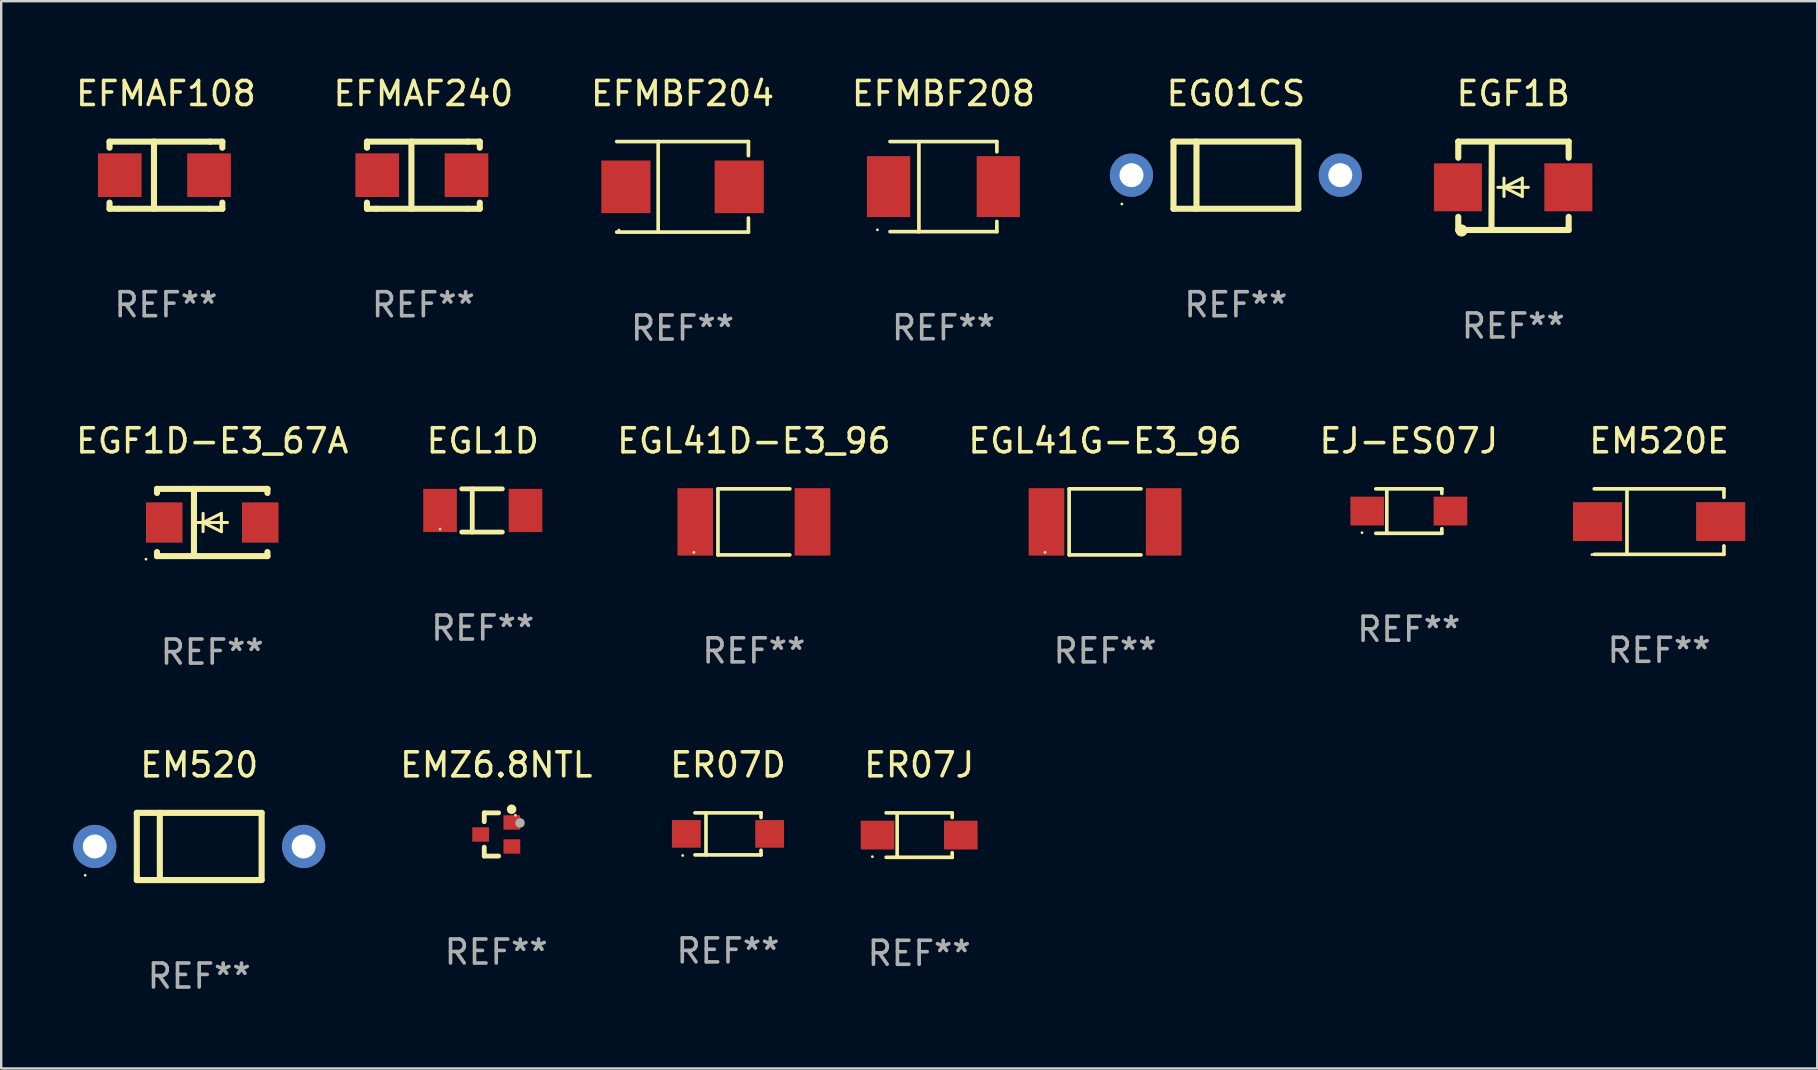
<source format=kicad_pcb>
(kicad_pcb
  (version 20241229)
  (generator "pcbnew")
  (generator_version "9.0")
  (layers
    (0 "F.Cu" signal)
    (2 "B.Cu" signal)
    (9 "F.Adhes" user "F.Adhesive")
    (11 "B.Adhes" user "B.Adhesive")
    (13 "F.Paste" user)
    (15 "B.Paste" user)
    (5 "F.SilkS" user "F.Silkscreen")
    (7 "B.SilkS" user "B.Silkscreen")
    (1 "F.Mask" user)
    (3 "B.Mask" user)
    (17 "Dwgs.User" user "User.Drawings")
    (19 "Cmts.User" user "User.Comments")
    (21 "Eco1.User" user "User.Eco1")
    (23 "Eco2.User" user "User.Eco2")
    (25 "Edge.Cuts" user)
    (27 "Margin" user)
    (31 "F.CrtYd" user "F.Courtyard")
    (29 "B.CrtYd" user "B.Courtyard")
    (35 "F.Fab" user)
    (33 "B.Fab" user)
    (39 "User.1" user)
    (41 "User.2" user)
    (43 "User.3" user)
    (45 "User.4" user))
  (footprint "EGL41G-E3_96"
    (layer "F.Cu")
    (at 42.99 18.693)
    (property "Reference" "EGL41G-E3_96" (at 0 -3.376 0) (layer "F.SilkS") (effects (font (size 1 1) (thickness 0.15))))
    (attr through_hole)
    (fp_line (start -1.497 -1.376) (end -1.497 1.376) (stroke (width 0.152) (type solid)) (layer "F.SilkS"))
    (fp_line (start -1.497 -1.376) (end 1.497 -1.376) (stroke (width 0.152) (type solid)) (layer "F.SilkS"))
    (fp_line (start -1.497 1.376) (end 1.497 1.376) (stroke (width 0.152) (type solid)) (layer "F.SilkS"))
    (fp_circle (center -2.5 1.27) (end -2.47 1.27) (stroke (width 0.06) (type solid)) (fill no) (layer "F.SilkS"))
    (fp_text user "REF**" (at 0 5.376 0) (layer "F.Fab") (effects (font (size 1 1) (thickness 0.15))))
    (pad "1" smd rect (at -2.442 0 180) (size 1.485 2.808) (layers "F.Cu" "F.Mask" "F.Paste"))
    (pad "2" smd rect (at 2.442 0 180) (size 1.485 2.808) (layers "F.Cu" "F.Mask" "F.Paste")))
  (footprint "EFMBF208"
    (layer "F.Cu")
    (at 36.256 4.728)
    (property "Reference" "EFMBF208" (at 0 -3.88 0) (layer "F.SilkS") (effects (font (size 1 1) (thickness 0.15))))
    (attr through_hole)
    (fp_line (start -2.226 -1.88) (end 2.226 -1.88) (stroke (width 0.152) (type solid)) (layer "F.SilkS"))
    (fp_line (start -2.226 1.873) (end 2.226 1.873) (stroke (width 0.152) (type solid)) (layer "F.SilkS"))
    (fp_line (start -1.022 -1.873) (end -1.022 1.88) (stroke (width 0.152) (type solid)) (layer "F.SilkS"))
    (fp_line (start 2.226 -1.88) (end 2.226 -1.453) (stroke (width 0.152) (type solid)) (layer "F.SilkS"))
    (fp_line (start 2.226 1.447) (end 2.226 1.873) (stroke (width 0.152) (type solid)) (layer "F.SilkS"))
    (fp_circle (center -2.75 1.797) (end -2.72 1.797) (stroke (width 0.06) (type solid)) (fill no) (layer "F.SilkS"))
    (fp_text user "REF**" (at 0 5.88 0) (layer "F.Fab") (effects (font (size 1 1) (thickness 0.15))))
    (pad "1" smd rect (at -2.285 -0.003) (size 1.8 2.54) (layers "F.Cu" "F.Mask" "F.Paste"))
    (pad "2" smd rect (at 2.285 -0.003) (size 1.8 2.54) (layers "F.Cu" "F.Mask" "F.Paste")))
  (footprint "EGF1D-E3_67A"
    (layer "F.Cu")
    (at 5.792 18.718)
    (property "Reference" "EGF1D-E3_67A" (at 0 -3.401 0) (layer "F.SilkS") (effects (font (size 1 1) (thickness 0.15))))
    (attr through_hole)
    (fp_line (start -2.3 -1.399) (end -2.3 -1.23) (stroke (width 0.254) (type solid)) (layer "F.SilkS"))
    (fp_line (start -2.3 -1.399) (end 2.3 -1.399) (stroke (width 0.254) (type solid)) (layer "F.SilkS"))
    (fp_line (start -2.3 1.232) (end -2.3 1.401) (stroke (width 0.254) (type solid)) (layer "F.SilkS"))
    (fp_line (start -2.3 1.401) (end 2.3 1.401) (stroke (width 0.254) (type solid)) (layer "F.SilkS"))
    (fp_line (start -0.761 1.398) (end -0.761 -1.401) (stroke (width 0.254) (type solid)) (layer "F.SilkS"))
    (fp_line (start -0.381 0.001) (end -0.381 -0.38) (stroke (width 0.127) (type solid)) (layer "F.SilkS"))
    (fp_line (start -0.381 0.001) (end -0.381 0.382) (stroke (width 0.127) (type solid)) (layer "F.SilkS"))
    (fp_line (start 0.381 -0.38) (end -0.381 0.001) (stroke (width 0.127) (type solid)) (layer "F.SilkS"))
    (fp_line (start 0.381 0.001) (end 0.381 -0.38) (stroke (width 0.127) (type solid)) (layer "F.SilkS"))
    (fp_line (start 0.381 0.001) (end 0.381 0.382) (stroke (width 0.127) (type solid)) (layer "F.SilkS"))
    (fp_line (start 0.381 0.382) (end -0.381 0.001) (stroke (width 0.127) (type solid)) (layer "F.SilkS"))
    (fp_line (start 0.635 0.001) (end -0.635 0.001) (stroke (width 0.127) (type solid)) (layer "F.SilkS"))
    (fp_line (start 2.3 -1.399) (end 2.3 -1.23) (stroke (width 0.254) (type solid)) (layer "F.SilkS"))
    (fp_line (start 2.3 1.232) (end 2.3 1.401) (stroke (width 0.254) (type solid)) (layer "F.SilkS"))
    (fp_circle (center -2.76 1.528) (end -2.73 1.528) (stroke (width 0.06) (type solid)) (fill no) (layer "F.SilkS"))
    (fp_text user "REF**" (at 0 5.401 0) (layer "F.Fab") (effects (font (size 1 1) (thickness 0.15))))
    (pad "1" smd rect (at -2 0.001 180) (size 1.52 1.68) (layers "F.Cu" "F.Mask" "F.Paste"))
    (pad "2" smd rect (at 2 0.001 180) (size 1.52 1.68) (layers "F.Cu" "F.Mask" "F.Paste")))
  (footprint "ER07D"
    (layer "F.Cu")
    (at 27.28 31.692)
    (property "Reference" "ER07D" (at 0 -2.876 0) (layer "F.SilkS") (effects (font (size 1 1) (thickness 0.15))))
    (attr through_hole)
    (fp_line (start -1.376 -0.876) (end 1.376 -0.876) (stroke (width 0.152) (type solid)) (layer "F.SilkS"))
    (fp_line (start -1.376 0.876) (end 1.376 0.876) (stroke (width 0.152) (type solid)) (layer "F.SilkS"))
    (fp_line (start -0.917 -0.876) (end -0.917 0.876) (stroke (width 0.152) (type solid)) (layer "F.SilkS"))
    (fp_line (start 1.376 -0.876) (end 1.376 -0.683) (stroke (width 0.152) (type solid)) (layer "F.SilkS"))
    (fp_line (start 1.376 0.876) (end 1.376 0.683) (stroke (width 0.152) (type solid)) (layer "F.SilkS"))
    (fp_circle (center -1.887 0.9) (end -1.857 0.9) (stroke (width 0.06) (type solid)) (fill no) (layer "F.SilkS"))
    (fp_text user "REF**" (at 0 4.876 0) (layer "F.Fab") (effects (font (size 1 1) (thickness 0.15))))
    (pad "1" smd rect (at -1.735 0) (size 1.2 1.15) (layers "F.Cu" "F.Mask" "F.Paste"))
    (pad "2" smd rect (at 1.735 0) (size 1.2 1.15) (layers "F.Cu" "F.Mask" "F.Paste")))
  (footprint "EGL1D"
    (layer "F.Cu")
    (at 17.063 18.217)
    (property "Reference" "EGL1D" (at 0 -2.9 0) (layer "F.SilkS") (effects (font (size 1 1) (thickness 0.15))))
    (attr through_hole)
    (fp_line (start -0.876 -0.9) (end 0.816 -0.9) (stroke (width 0.2) (type solid)) (layer "F.SilkS"))
    (fp_line (start -0.876 0.9) (end 0.816 0.9) (stroke (width 0.2) (type solid)) (layer "F.SilkS"))
    (fp_line (start -0.437 -0.9) (end -0.437 0.9) (stroke (width 0.2) (type solid)) (layer "F.SilkS"))
    (fp_circle (center -1.78 0.775) (end -1.75 0.775) (stroke (width 0.06) (type solid)) (fill no) (layer "F.SilkS"))
    (fp_text user "REF**" (at 0 4.9 0) (layer "F.Fab") (effects (font (size 1 1) (thickness 0.15))))
    (pad "1" smd rect (at -1.78 0.000127 180) (size 1.4 1.8) (layers "F.Cu" "F.Mask" "F.Paste"))
    (pad "2" smd rect (at 1.78 0.000127 180) (size 1.4 1.8) (layers "F.Cu" "F.Mask" "F.Paste")))
  (footprint "EGL41D-E3_96"
    (layer "F.Cu")
    (at 28.359 18.693)
    (property "Reference" "EGL41D-E3_96" (at 0 -3.376 0) (layer "F.SilkS") (effects (font (size 1 1) (thickness 0.15))))
    (attr through_hole)
    (fp_line (start -1.497 -1.376) (end -1.497 1.376) (stroke (width 0.152) (type solid)) (layer "F.SilkS"))
    (fp_line (start -1.497 -1.376) (end 1.497 -1.376) (stroke (width 0.152) (type solid)) (layer "F.SilkS"))
    (fp_line (start -1.497 1.376) (end 1.497 1.376) (stroke (width 0.152) (type solid)) (layer "F.SilkS"))
    (fp_circle (center -2.5 1.27) (end -2.47 1.27) (stroke (width 0.06) (type solid)) (fill no) (layer "F.SilkS"))
    (fp_text user "REF**" (at 0 5.376 0) (layer "F.Fab") (effects (font (size 1 1) (thickness 0.15))))
    (pad "1" smd rect (at -2.442 0 180) (size 1.485 2.808) (layers "F.Cu" "F.Mask" "F.Paste"))
    (pad "2" smd rect (at 2.442 0 180) (size 1.485 2.808) (layers "F.Cu" "F.Mask" "F.Paste")))
  (footprint "EM520"
    (layer "F.Cu")
    (at 5.25 32.216)
    (property "Reference" "EM520" (at 0 -3.4 0) (layer "F.SilkS") (effects (font (size 1 1) (thickness 0.15))))
    (attr through_hole)
    (fp_line (start -2.6 -1.4) (end -2.6 1.4) (stroke (width 0.254) (type solid)) (layer "F.SilkS"))
    (fp_line (start -2.6 -1.4) (end 2.6 -1.4) (stroke (width 0.254) (type solid)) (layer "F.SilkS"))
    (fp_line (start -2.6 1.4) (end 2.6 1.4) (stroke (width 0.254) (type solid)) (layer "F.SilkS"))
    (fp_line (start -1.641 -1.4) (end -1.641 1.4) (stroke (width 0.254) (type solid)) (layer "F.SilkS"))
    (fp_line (start 2.6 -1.4) (end 2.6 1.4) (stroke (width 0.254) (type solid)) (layer "F.SilkS"))
    (fp_circle (center -4.75 1.2) (end -4.72 1.2) (stroke (width 0.06) (type solid)) (fill no) (layer "F.SilkS"))
    (fp_text user "REF**" (at 0 5.4 0) (layer "F.Fab") (effects (font (size 1 1) (thickness 0.15))))
    (pad "1" thru_hole circle (at -4.35 0) (size 1.8 1.8) (drill 1) (layers "*.Cu" "*.Mask"))
    (pad "2" thru_hole circle (at 4.35 0) (size 1.8 1.8) (drill 1) (layers "*.Cu" "*.Mask")))
  (footprint "EG01CS"
    (layer "F.Cu")
    (at 48.44 4.248)
    (property "Reference" "EG01CS" (at 0 -3.4 0) (layer "F.SilkS") (effects (font (size 1 1) (thickness 0.15))))
    (attr through_hole)
    (fp_line (start -2.6 -1.4) (end -2.6 1.4) (stroke (width 0.254) (type solid)) (layer "F.SilkS"))
    (fp_line (start -2.6 -1.4) (end 2.6 -1.4) (stroke (width 0.254) (type solid)) (layer "F.SilkS"))
    (fp_line (start -2.6 1.4) (end 2.6 1.4) (stroke (width 0.254) (type solid)) (layer "F.SilkS"))
    (fp_line (start -1.641 -1.4) (end -1.641 1.4) (stroke (width 0.254) (type solid)) (layer "F.SilkS"))
    (fp_line (start 2.6 -1.4) (end 2.6 1.4) (stroke (width 0.254) (type solid)) (layer "F.SilkS"))
    (fp_circle (center -4.75 1.2) (end -4.72 1.2) (stroke (width 0.06) (type solid)) (fill no) (layer "F.SilkS"))
    (fp_text user "REF**" (at 0 5.4 0) (layer "F.Fab") (effects (font (size 1 1) (thickness 0.15))))
    (pad "1" thru_hole circle (at -4.35 0) (size 1.8 1.8) (drill 1) (layers "*.Cu" "*.Mask"))
    (pad "2" thru_hole circle (at 4.35 0) (size 1.8 1.8) (drill 1) (layers "*.Cu" "*.Mask")))
  (footprint "EFMAF240"
    (layer "F.Cu")
    (at 14.589 4.248)
    (property "Reference" "EFMAF240" (at 0 -3.4 0) (layer "F.SilkS") (effects (font (size 1 1) (thickness 0.15))))
    (attr through_hole)
    (fp_line (start -2.35 -1.397) (end -2.35 -1.143) (stroke (width 0.254) (type solid)) (layer "F.SilkS"))
    (fp_line (start -2.35 1.4) (end -2.35 1.143) (stroke (width 0.254) (type solid)) (layer "F.SilkS"))
    (fp_line (start -1.964 1.4) (end -2.35 1.4) (stroke (width 0.254) (type solid)) (layer "F.SilkS"))
    (fp_line (start -1.964 1.4) (end 1.837 1.4) (stroke (width 0.254) (type solid)) (layer "F.SilkS"))
    (fp_line (start -0.498 -1.4) (end -0.498 1.4) (stroke (width 0.254) (type solid)) (layer "F.SilkS"))
    (fp_line (start 1.837 1.4) (end 2.35 1.4) (stroke (width 0.254) (type solid)) (layer "F.SilkS"))
    (fp_line (start 1.842 -1.397) (end -2.35 -1.397) (stroke (width 0.254) (type solid)) (layer "F.SilkS"))
    (fp_line (start 1.842 -1.397) (end 2.35 -1.397) (stroke (width 0.254) (type solid)) (layer "F.SilkS"))
    (fp_line (start 2.35 -1.397) (end 2.35 -1.143) (stroke (width 0.254) (type solid)) (layer "F.SilkS"))
    (fp_line (start 2.35 1.4) (end 2.35 1.143) (stroke (width 0.254) (type solid)) (layer "F.SilkS"))
    (fp_circle (center -2.355 1.25) (end -2.325 1.25) (stroke (width 0.06) (type solid)) (fill no) (layer "F.SilkS"))
    (fp_text user "REF**" (at 0 5.4 0) (layer "F.Fab") (effects (font (size 1 1) (thickness 0.15))))
    (pad "1" smd rect (at -1.923 -0.000076) (size 1.82 1.82) (layers "F.Cu" "F.Mask" "F.Paste"))
    (pad "2" smd rect (at 1.796 -0.000076) (size 1.82 1.82) (layers "F.Cu" "F.Mask" "F.Paste")))
  (footprint "EGF1B"
    (layer "F.Cu")
    (at 59.998 4.69)
    (property "Reference" "EGF1B" (at 0 -3.842 0) (layer "F.SilkS") (effects (font (size 1 1) (thickness 0.15))))
    (attr through_hole)
    (fp_line (start -2.293 -1.842) (end -2.293 -1.168) (stroke (width 0.254) (type solid)) (layer "F.SilkS"))
    (fp_line (start -2.293 -1.842) (end 2.307 -1.842) (stroke (width 0.254) (type solid)) (layer "F.SilkS"))
    (fp_line (start -2.293 1.295) (end -2.293 1.842) (stroke (width 0.254) (type solid)) (layer "F.SilkS"))
    (fp_line (start -2.293 1.842) (end 2.307 1.842) (stroke (width 0.254) (type solid)) (layer "F.SilkS"))
    (fp_line (start -0.896 -1.736) (end -0.91 1.842) (stroke (width 0.254) (type solid)) (layer "F.SilkS"))
    (fp_line (start -0.388 0.064) (end -0.388 -0.318) (stroke (width 0.127) (type solid)) (layer "F.SilkS"))
    (fp_line (start -0.388 0.064) (end -0.388 0.445) (stroke (width 0.127) (type solid)) (layer "F.SilkS"))
    (fp_line (start 0.374 -0.318) (end -0.388 0.064) (stroke (width 0.127) (type solid)) (layer "F.SilkS"))
    (fp_line (start 0.374 0.064) (end 0.374 -0.318) (stroke (width 0.127) (type solid)) (layer "F.SilkS"))
    (fp_line (start 0.374 0.064) (end 0.374 0.445) (stroke (width 0.127) (type solid)) (layer "F.SilkS"))
    (fp_line (start 0.374 0.445) (end -0.388 0.064) (stroke (width 0.127) (type solid)) (layer "F.SilkS"))
    (fp_line (start 0.628 0.064) (end -0.642 0.064) (stroke (width 0.127) (type solid)) (layer "F.SilkS"))
    (fp_line (start 2.307 -1.842) (end 2.307 -1.168) (stroke (width 0.254) (type solid)) (layer "F.SilkS"))
    (fp_line (start 2.307 1.295) (end 2.307 1.842) (stroke (width 0.254) (type solid)) (layer "F.SilkS"))
    (fp_circle (center -2.157 1.863) (end -2.03 1.863) (stroke (width 0.254) (type solid)) (fill no) (layer "F.SilkS"))
    (fp_text user "REF**" (at 0 5.842 0) (layer "F.Fab") (effects (font (size 1 1) (thickness 0.15))))
    (pad "1" smd rect (at -2.307 0.064 180) (size 2 2) (layers "F.Cu" "F.Mask" "F.Paste"))
    (pad "2" smd rect (at 2.293 0.064 180) (size 2 2) (layers "F.Cu" "F.Mask" "F.Paste")))
  (footprint "EFMAF108"
    (layer "F.Cu")
    (at 3.863 4.248)
    (property "Reference" "EFMAF108" (at 0 -3.4 0) (layer "F.SilkS") (effects (font (size 1 1) (thickness 0.15))))
    (attr through_hole)
    (fp_line (start -2.35 -1.397) (end -2.35 -1.143) (stroke (width 0.254) (type solid)) (layer "F.SilkS"))
    (fp_line (start -2.35 1.4) (end -2.35 1.143) (stroke (width 0.254) (type solid)) (layer "F.SilkS"))
    (fp_line (start -1.964 1.4) (end -2.35 1.4) (stroke (width 0.254) (type solid)) (layer "F.SilkS"))
    (fp_line (start -1.964 1.4) (end 1.837 1.4) (stroke (width 0.254) (type solid)) (layer "F.SilkS"))
    (fp_line (start -0.498 -1.4) (end -0.498 1.4) (stroke (width 0.254) (type solid)) (layer "F.SilkS"))
    (fp_line (start 1.837 1.4) (end 2.35 1.4) (stroke (width 0.254) (type solid)) (layer "F.SilkS"))
    (fp_line (start 1.842 -1.397) (end -2.35 -1.397) (stroke (width 0.254) (type solid)) (layer "F.SilkS"))
    (fp_line (start 1.842 -1.397) (end 2.35 -1.397) (stroke (width 0.254) (type solid)) (layer "F.SilkS"))
    (fp_line (start 2.35 -1.397) (end 2.35 -1.143) (stroke (width 0.254) (type solid)) (layer "F.SilkS"))
    (fp_line (start 2.35 1.4) (end 2.35 1.143) (stroke (width 0.254) (type solid)) (layer "F.SilkS"))
    (fp_circle (center -2.355 1.25) (end -2.325 1.25) (stroke (width 0.06) (type solid)) (fill no) (layer "F.SilkS"))
    (fp_text user "REF**" (at 0 5.4 0) (layer "F.Fab") (effects (font (size 1 1) (thickness 0.15))))
    (pad "1" smd rect (at -1.923 -0.000076) (size 1.82 1.82) (layers "F.Cu" "F.Mask" "F.Paste"))
    (pad "2" smd rect (at 1.796 -0.000076) (size 1.82 1.82) (layers "F.Cu" "F.Mask" "F.Paste")))
  (footprint "EFMBF204"
    (layer "F.Cu")
    (at 25.387 4.734)
    (property "Reference" "EFMBF204" (at 0 -3.886 0) (layer "F.SilkS") (effects (font (size 1 1) (thickness 0.15))))
    (attr through_hole)
    (fp_line (start -2.744 -1.886) (end 2.744 -1.886) (stroke (width 0.152) (type solid)) (layer "F.SilkS"))
    (fp_line (start -2.744 1.886) (end 2.744 1.886) (stroke (width 0.152) (type solid)) (layer "F.SilkS"))
    (fp_line (start -1.016 -1.886) (end -1.016 1.886) (stroke (width 0.152) (type solid)) (layer "F.SilkS"))
    (fp_line (start 2.744 -1.886) (end 2.744 -1.299) (stroke (width 0.152) (type solid)) (layer "F.SilkS"))
    (fp_line (start 2.744 1.886) (end 2.744 1.299) (stroke (width 0.152) (type solid)) (layer "F.SilkS"))
    (fp_circle (center -2.65 1.8) (end -2.62 1.8) (stroke (width 0.06) (type solid)) (fill no) (layer "F.SilkS"))
    (fp_text user "REF**" (at 0 5.886 0) (layer "F.Fab") (effects (font (size 1 1) (thickness 0.15))))
    (pad "1" smd rect (at -2.361 0) (size 2.047 2.192) (layers "F.Cu" "F.Mask" "F.Paste"))
    (pad "2" smd rect (at 2.361 0) (size 2.047 2.192) (layers "F.Cu" "F.Mask" "F.Paste")))
  (footprint "ER07J"
    (layer "F.Cu")
    (at 35.245 31.742)
    (property "Reference" "ER07J" (at 0 -2.926 0) (layer "F.SilkS") (effects (font (size 1 1) (thickness 0.15))))
    (attr through_hole)
    (fp_line (start -1.376 -0.926) (end 1.376 -0.926) (stroke (width 0.152) (type solid)) (layer "F.SilkS"))
    (fp_line (start -1.376 0.926) (end 1.376 0.926) (stroke (width 0.152) (type solid)) (layer "F.SilkS"))
    (fp_line (start -0.917 -0.876) (end -0.917 0.876) (stroke (width 0.152) (type solid)) (layer "F.SilkS"))
    (fp_line (start 1.376 -0.926) (end 1.376 -0.733) (stroke (width 0.152) (type solid)) (layer "F.SilkS"))
    (fp_line (start 1.376 0.926) (end 1.376 0.733) (stroke (width 0.152) (type solid)) (layer "F.SilkS"))
    (fp_circle (center -1.95 0.9) (end -1.92 0.9) (stroke (width 0.06) (type solid)) (fill no) (layer "F.SilkS"))
    (fp_text user "REF**" (at 0 4.926 0) (layer "F.Fab") (effects (font (size 1 1) (thickness 0.15))))
    (pad "1" smd rect (at -1.735 0) (size 1.4 1.2) (layers "F.Cu" "F.Mask" "F.Paste"))
    (pad "2" smd rect (at 1.735 0) (size 1.4 1.2) (layers "F.Cu" "F.Mask" "F.Paste")))
  (footprint "EMZ6.8NTL"
    (layer "F.Cu")
    (at 17.625 31.716)
    (property "Reference" "EMZ6.8NTL" (at 0 -2.9 0) (layer "F.SilkS") (effects (font (size 1 1) (thickness 0.15))))
    (attr through_hole)
    (fp_line (start -0.5 -0.9) (end 0.1 -0.9) (stroke (width 0.2) (type solid)) (layer "F.SilkS"))
    (fp_line (start -0.5 -0.531) (end -0.5 -0.9) (stroke (width 0.2) (type solid)) (layer "F.SilkS"))
    (fp_line (start -0.5 0.9) (end -0.5 0.531) (stroke (width 0.2) (type solid)) (layer "F.SilkS"))
    (fp_line (start -0.5 0.9) (end 0.1 0.9) (stroke (width 0.2) (type solid)) (layer "F.SilkS"))
    (fp_circle (center 0.64 -1.05) (end 0.74 -1.05) (stroke (width 0.2) (type solid)) (fill no) (layer "F.SilkS"))
    (fp_circle (center 0.8 -0.8) (end 0.83 -0.8) (stroke (width 0.06) (type solid)) (fill no) (layer "F.SilkS"))
    (fp_circle (center 0.99 -0.48) (end 1.09 -0.48) (stroke (width 0.2) (type solid)) (fill no) (layer "F.Fab"))
    (fp_text user "REF**" (at 0 4.9 0) (layer "F.Fab") (effects (font (size 1 1) (thickness 0.15))))
    (pad "1" smd rect (at 0.65 -0.5 90) (size 0.6 0.7) (layers "F.Cu" "F.Mask" "F.Paste"))
    (pad "2" smd rect (at 0.65 0.5 90) (size 0.6 0.7) (layers "F.Cu" "F.Mask" "F.Paste"))
    (pad "3" smd rect (at -0.65 0 90) (size 0.6 0.7) (layers "F.Cu" "F.Mask" "F.Paste")))
  (footprint "EJ-ES07J"
    (layer "F.Cu")
    (at 55.645 18.243)
    (property "Reference" "EJ-ES07J" (at 0 -2.926 0) (layer "F.SilkS") (effects (font (size 1 1) (thickness 0.15))))
    (attr through_hole)
    (fp_line (start -1.376 -0.926) (end 1.376 -0.926) (stroke (width 0.152) (type solid)) (layer "F.SilkS"))
    (fp_line (start -1.376 0.926) (end 1.376 0.926) (stroke (width 0.152) (type solid)) (layer "F.SilkS"))
    (fp_line (start -0.917 -0.876) (end -0.917 0.876) (stroke (width 0.152) (type solid)) (layer "F.SilkS"))
    (fp_line (start 1.376 -0.926) (end 1.376 -0.733) (stroke (width 0.152) (type solid)) (layer "F.SilkS"))
    (fp_line (start 1.376 0.926) (end 1.376 0.733) (stroke (width 0.152) (type solid)) (layer "F.SilkS"))
    (fp_circle (center -1.95 0.9) (end -1.92 0.9) (stroke (width 0.06) (type solid)) (fill no) (layer "F.SilkS"))
    (fp_text user "REF**" (at 0 4.926 0) (layer "F.Fab") (effects (font (size 1 1) (thickness 0.15))))
    (pad "1" smd rect (at -1.735 0) (size 1.4 1.2) (layers "F.Cu" "F.Mask" "F.Paste"))
    (pad "2" smd rect (at 1.735 0) (size 1.4 1.2) (layers "F.Cu" "F.Mask" "F.Paste")))
  (footprint "EM520E"
    (layer "F.Cu")
    (at 66.073 18.681)
    (property "Reference" "EM520E" (at 0 -3.364 0) (layer "F.SilkS") (effects (font (size 1 1) (thickness 0.15))))
    (attr through_hole)
    (fp_line (start -2.701 -1.364) (end 2.701 -1.364) (stroke (width 0.152) (type solid)) (layer "F.SilkS"))
    (fp_line (start -2.701 1.364) (end 2.701 1.364) (stroke (width 0.152) (type solid)) (layer "F.SilkS"))
    (fp_line (start -1.339 -1.364) (end -1.339 1.364) (stroke (width 0.152) (type solid)) (layer "F.SilkS"))
    (fp_line (start 2.701 -1.364) (end 2.701 -1.013) (stroke (width 0.152) (type solid)) (layer "F.SilkS"))
    (fp_line (start 2.701 1.364) (end 2.701 1.013) (stroke (width 0.152) (type solid)) (layer "F.SilkS"))
    (fp_circle (center -2.8 1.375) (end -2.77 1.375) (stroke (width 0.06) (type solid)) (fill no) (layer "F.SilkS"))
    (fp_text user "REF**" (at 0 5.364 0) (layer "F.Fab") (effects (font (size 1 1) (thickness 0.15))))
    (pad "1" smd rect (at -2.565 -0.000025) (size 2.046 1.62) (layers "F.Cu" "F.Mask" "F.Paste"))
    (pad "2" smd rect (at 2.565 -0.000025) (size 2.046 1.62) (layers "F.Cu" "F.Mask" "F.Paste")))
  (gr_rect
    (start -3 -3)
    (end 72.661 41.464)
    (stroke (width 0.1) (type default))
    (fill no)
    (layer "Edge.Cuts")))
</source>
